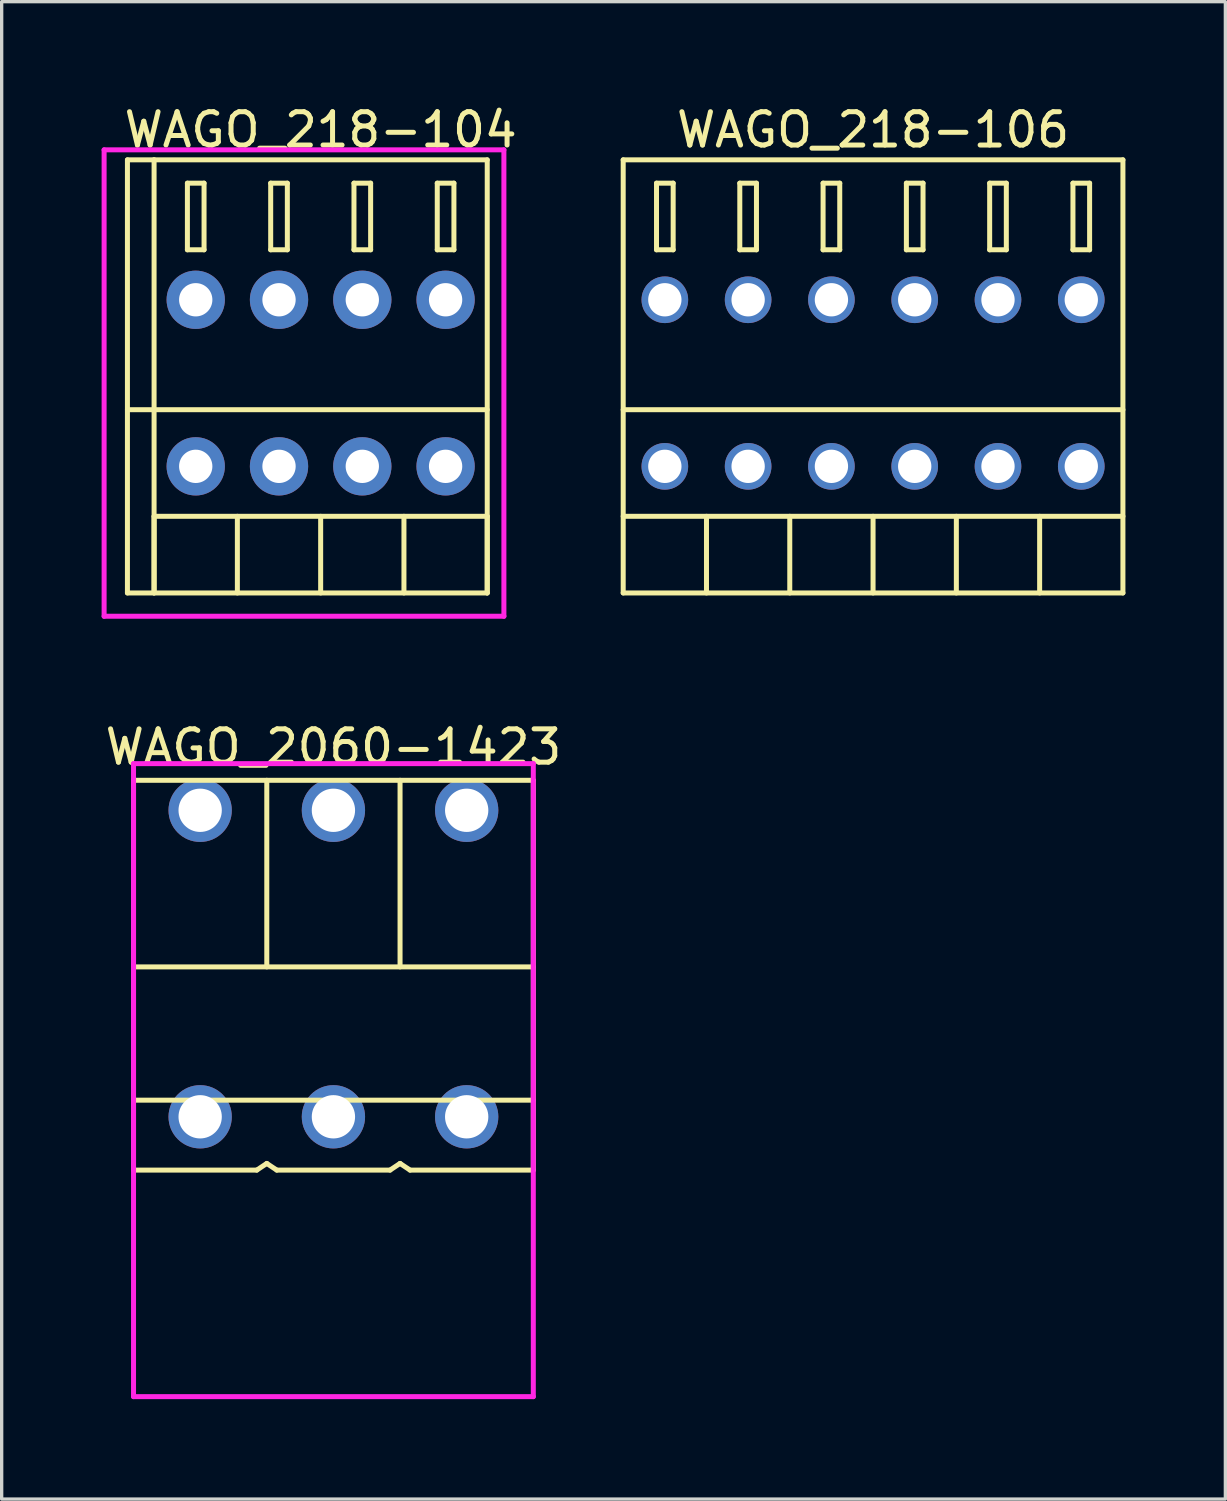
<source format=kicad_pcb>
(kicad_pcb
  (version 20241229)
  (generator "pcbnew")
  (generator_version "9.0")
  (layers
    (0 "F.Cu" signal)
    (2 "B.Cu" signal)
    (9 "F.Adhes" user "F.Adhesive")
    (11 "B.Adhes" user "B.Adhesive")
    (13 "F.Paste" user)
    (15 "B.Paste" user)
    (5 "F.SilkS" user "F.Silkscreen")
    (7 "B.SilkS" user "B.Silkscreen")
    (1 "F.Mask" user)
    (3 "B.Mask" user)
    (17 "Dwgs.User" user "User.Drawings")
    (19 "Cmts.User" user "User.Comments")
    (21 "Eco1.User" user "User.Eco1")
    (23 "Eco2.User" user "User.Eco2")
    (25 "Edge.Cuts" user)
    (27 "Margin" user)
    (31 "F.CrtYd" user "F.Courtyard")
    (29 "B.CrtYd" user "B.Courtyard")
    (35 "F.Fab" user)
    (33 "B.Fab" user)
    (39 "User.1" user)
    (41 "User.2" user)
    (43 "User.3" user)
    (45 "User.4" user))
  (footprint "WAGO_218-104"
    (layer "F.Cu")
    (at 6.575 8.448)
    (property "Reference" "WAGO_218-104" (at 0 -7.6 0) (layer "F.SilkS") (effects (font (size 1 1) (thickness 0.15))))
    (attr through_hole)
    (fp_line (start -5.8 -6.7) (end -5.8 6.3) (stroke (width 0.15) (type solid)) (layer "F.SilkS"))
    (fp_line (start -5.8 0.8) (end 5 0.8) (stroke (width 0.15) (type solid)) (layer "F.SilkS"))
    (fp_line (start -5 -6.7) (end -5.8 -6.7) (stroke (width 0.15) (type solid)) (layer "F.SilkS"))
    (fp_line (start -5 -6.7) (end 5 -6.7) (stroke (width 0.15) (type solid)) (layer "F.SilkS"))
    (fp_line (start -5 4) (end 5 4) (stroke (width 0.15) (type solid)) (layer "F.SilkS"))
    (fp_line (start -5 6.3) (end -5 -6.7) (stroke (width 0.15) (type solid)) (layer "F.SilkS"))
    (fp_line (start -5 6.3) (end -5 4) (stroke (width 0.15) (type solid)) (layer "F.SilkS"))
    (fp_line (start -4 -6) (end -3.5 -6) (stroke (width 0.15) (type solid)) (layer "F.SilkS"))
    (fp_line (start -4 -4) (end -4 -6) (stroke (width 0.15) (type solid)) (layer "F.SilkS"))
    (fp_line (start -3.5 -6) (end -3.5 -4) (stroke (width 0.15) (type solid)) (layer "F.SilkS"))
    (fp_line (start -3.5 -4) (end -4 -4) (stroke (width 0.15) (type solid)) (layer "F.SilkS"))
    (fp_line (start -2.5 4) (end -2.5 6.3) (stroke (width 0.15) (type solid)) (layer "F.SilkS"))
    (fp_line (start -1.5 -6) (end -1 -6) (stroke (width 0.15) (type solid)) (layer "F.SilkS"))
    (fp_line (start -1.5 -4) (end -1.5 -6) (stroke (width 0.15) (type solid)) (layer "F.SilkS"))
    (fp_line (start -1 -6) (end -1 -4) (stroke (width 0.15) (type solid)) (layer "F.SilkS"))
    (fp_line (start -1 -4) (end -1.5 -4) (stroke (width 0.15) (type solid)) (layer "F.SilkS"))
    (fp_line (start 0 4) (end 0 6.3) (stroke (width 0.15) (type solid)) (layer "F.SilkS"))
    (fp_line (start 1 -6) (end 1.5 -6) (stroke (width 0.15) (type solid)) (layer "F.SilkS"))
    (fp_line (start 1 -4) (end 1 -6) (stroke (width 0.15) (type solid)) (layer "F.SilkS"))
    (fp_line (start 1.5 -6) (end 1.5 -4) (stroke (width 0.15) (type solid)) (layer "F.SilkS"))
    (fp_line (start 1.5 -4) (end 1 -4) (stroke (width 0.15) (type solid)) (layer "F.SilkS"))
    (fp_line (start 2.5 4) (end 2.5 6.3) (stroke (width 0.15) (type solid)) (layer "F.SilkS"))
    (fp_line (start 3.5 -6) (end 4 -6) (stroke (width 0.15) (type solid)) (layer "F.SilkS"))
    (fp_line (start 3.5 -4) (end 3.5 -6) (stroke (width 0.15) (type solid)) (layer "F.SilkS"))
    (fp_line (start 4 -6) (end 4 -4) (stroke (width 0.15) (type solid)) (layer "F.SilkS"))
    (fp_line (start 4 -4) (end 3.5 -4) (stroke (width 0.15) (type solid)) (layer "F.SilkS"))
    (fp_line (start 5 -6.7) (end 5 6.3) (stroke (width 0.15) (type solid)) (layer "F.SilkS"))
    (fp_line (start 5 4) (end 5 6.3) (stroke (width 0.15) (type solid)) (layer "F.SilkS"))
    (fp_line (start 5 6.3) (end -5.8 6.3) (stroke (width 0.15) (type solid)) (layer "F.SilkS"))
    (fp_line (start -6.5 -7) (end -6.5 7) (stroke (width 0.15) (type solid)) (layer "F.CrtYd"))
    (fp_line (start -6.5 7) (end 5.5 7) (stroke (width 0.15) (type solid)) (layer "F.CrtYd"))
    (fp_line (start 5.5 -7) (end -6.5 -7) (stroke (width 0.15) (type solid)) (layer "F.CrtYd"))
    (fp_line (start 5.5 7) (end 5.5 -7) (stroke (width 0.15) (type solid)) (layer "F.CrtYd"))
    (pad "1" thru_hole circle (at -3.75 -2.5) (size 1.75 1.75) (drill 1) (layers "*.Cu" "*.Mask"))
    (pad "1" thru_hole circle (at -3.75 2.5) (size 1.75 1.75) (drill 1) (layers "*.Cu" "*.Mask"))
    (pad "2" thru_hole circle (at -1.25 -2.5) (size 1.75 1.75) (drill 1) (layers "*.Cu" "*.Mask"))
    (pad "2" thru_hole circle (at -1.25 2.5) (size 1.75 1.75) (drill 1) (layers "*.Cu" "*.Mask"))
    (pad "3" thru_hole circle (at 1.25 -2.5) (size 1.75 1.75) (drill 1) (layers "*.Cu" "*.Mask"))
    (pad "3" thru_hole circle (at 1.25 2.5) (size 1.75 1.75) (drill 1) (layers "*.Cu" "*.Mask"))
    (pad "4" thru_hole circle (at 3.75 -2.5) (size 1.75 1.75) (drill 1) (layers "*.Cu" "*.Mask"))
    (pad "4" thru_hole circle (at 3.75 2.5) (size 1.75 1.75) (drill 1) (layers "*.Cu" "*.Mask")))
  (footprint "WAGO_2060-1423"
    (layer "F.Cu")
    (at 6.958 25.872)
    (property "Reference" "WAGO_2060-1423" (at 0 -6.5 0) (layer "F.SilkS") (effects (font (size 1 1) (thickness 0.15))))
    (attr through_hole)
    (fp_line (start -6 -5.5) (end -6 6.2) (stroke (width 0.15) (type solid)) (layer "F.SilkS"))
    (fp_line (start -6 4.1) (end 6 4.1) (stroke (width 0.15) (type solid)) (layer "F.SilkS"))
    (fp_line (start -6 6.2) (end -2.3 6.2) (stroke (width 0.15) (type solid)) (layer "F.SilkS"))
    (fp_line (start -2.3 6.2) (end -2 6) (stroke (width 0.15) (type solid)) (layer "F.SilkS"))
    (fp_line (start -2 -5.5) (end -2 0.1) (stroke (width 0.15) (type solid)) (layer "F.SilkS"))
    (fp_line (start -2 6) (end -1.7 6.2) (stroke (width 0.15) (type solid)) (layer "F.SilkS"))
    (fp_line (start -1.7 6.2) (end 1.7 6.2) (stroke (width 0.15) (type solid)) (layer "F.SilkS"))
    (fp_line (start 1.7 6.2) (end 2 6) (stroke (width 0.15) (type solid)) (layer "F.SilkS"))
    (fp_line (start 2 -5.5) (end 2 0.1) (stroke (width 0.15) (type solid)) (layer "F.SilkS"))
    (fp_line (start 2 6) (end 2.3 6.2) (stroke (width 0.15) (type solid)) (layer "F.SilkS"))
    (fp_line (start 2.3 6.2) (end 6 6.2) (stroke (width 0.15) (type solid)) (layer "F.SilkS"))
    (fp_line (start 6 -5.5) (end -6 -5.5) (stroke (width 0.15) (type solid)) (layer "F.SilkS"))
    (fp_line (start 6 0.1) (end -6 0.1) (stroke (width 0.15) (type solid)) (layer "F.SilkS"))
    (fp_line (start 6 6.2) (end 6 -5.5) (stroke (width 0.15) (type solid)) (layer "F.SilkS"))
    (fp_line (start -6 -6) (end 6 -6) (stroke (width 0.15) (type solid)) (layer "F.CrtYd"))
    (fp_line (start -6 13) (end -6 -6) (stroke (width 0.15) (type solid)) (layer "F.CrtYd"))
    (fp_line (start 6 -6) (end 6 13) (stroke (width 0.15) (type solid)) (layer "F.CrtYd"))
    (fp_line (start 6 13) (end -6 13) (stroke (width 0.15) (type solid)) (layer "F.CrtYd"))
    (pad "1" thru_hole circle (at -4 -4.6) (size 1.9 1.9) (drill 1.3) (layers "*.Cu" "*.Mask"))
    (pad "1" thru_hole circle (at -4 4.6) (size 1.9 1.9) (drill 1.3) (layers "*.Cu" "*.Mask"))
    (pad "2" thru_hole circle (at 0 -4.6) (size 1.9 1.9) (drill 1.3) (layers "*.Cu" "*.Mask"))
    (pad "2" thru_hole circle (at 0 4.6) (size 1.9 1.9) (drill 1.3) (layers "*.Cu" "*.Mask"))
    (pad "3" thru_hole circle (at 4 -4.6) (size 1.9 1.9) (drill 1.3) (layers "*.Cu" "*.Mask"))
    (pad "3" thru_hole circle (at 4 4.6) (size 1.9 1.9) (drill 1.3) (layers "*.Cu" "*.Mask")))
  (footprint "WAGO_218-106"
    (layer "F.Cu")
    (at 23.156 8.448)
    (property "Reference" "WAGO_218-106" (at 0 -7.6 0) (layer "F.SilkS") (effects (font (size 1 1) (thickness 0.15))))
    (attr through_hole)
    (fp_line (start -7.5 -6.7) (end 7.5 -6.7) (stroke (width 0.15) (type solid)) (layer "F.SilkS"))
    (fp_line (start -7.5 0.8) (end 7.5 0.8) (stroke (width 0.15) (type solid)) (layer "F.SilkS"))
    (fp_line (start -7.5 4) (end 7.5 4) (stroke (width 0.15) (type solid)) (layer "F.SilkS"))
    (fp_line (start -7.5 6.3) (end -7.5 -6.7) (stroke (width 0.15) (type solid)) (layer "F.SilkS"))
    (fp_line (start -6.5 -6) (end -6 -6) (stroke (width 0.15) (type solid)) (layer "F.SilkS"))
    (fp_line (start -6.5 -4) (end -6.5 -6) (stroke (width 0.15) (type solid)) (layer "F.SilkS"))
    (fp_line (start -6 -6) (end -6 -4) (stroke (width 0.15) (type solid)) (layer "F.SilkS"))
    (fp_line (start -6 -4) (end -6.5 -4) (stroke (width 0.15) (type solid)) (layer "F.SilkS"))
    (fp_line (start -5 6.3) (end -5 4) (stroke (width 0.15) (type solid)) (layer "F.SilkS"))
    (fp_line (start -4 -6) (end -3.5 -6) (stroke (width 0.15) (type solid)) (layer "F.SilkS"))
    (fp_line (start -4 -4) (end -4 -6) (stroke (width 0.15) (type solid)) (layer "F.SilkS"))
    (fp_line (start -3.5 -6) (end -3.5 -4) (stroke (width 0.15) (type solid)) (layer "F.SilkS"))
    (fp_line (start -3.5 -4) (end -4 -4) (stroke (width 0.15) (type solid)) (layer "F.SilkS"))
    (fp_line (start -2.5 4) (end -2.5 6.3) (stroke (width 0.15) (type solid)) (layer "F.SilkS"))
    (fp_line (start -1.5 -6) (end -1 -6) (stroke (width 0.15) (type solid)) (layer "F.SilkS"))
    (fp_line (start -1.5 -4) (end -1.5 -6) (stroke (width 0.15) (type solid)) (layer "F.SilkS"))
    (fp_line (start -1 -6) (end -1 -4) (stroke (width 0.15) (type solid)) (layer "F.SilkS"))
    (fp_line (start -1 -4) (end -1.5 -4) (stroke (width 0.15) (type solid)) (layer "F.SilkS"))
    (fp_line (start 0 4) (end 0 6.3) (stroke (width 0.15) (type solid)) (layer "F.SilkS"))
    (fp_line (start 1 -6) (end 1.5 -6) (stroke (width 0.15) (type solid)) (layer "F.SilkS"))
    (fp_line (start 1 -4) (end 1 -6) (stroke (width 0.15) (type solid)) (layer "F.SilkS"))
    (fp_line (start 1.5 -6) (end 1.5 -4) (stroke (width 0.15) (type solid)) (layer "F.SilkS"))
    (fp_line (start 1.5 -4) (end 1 -4) (stroke (width 0.15) (type solid)) (layer "F.SilkS"))
    (fp_line (start 2.5 4) (end 2.5 6.3) (stroke (width 0.15) (type solid)) (layer "F.SilkS"))
    (fp_line (start 3.5 -6) (end 4 -6) (stroke (width 0.15) (type solid)) (layer "F.SilkS"))
    (fp_line (start 3.5 -4) (end 3.5 -6) (stroke (width 0.15) (type solid)) (layer "F.SilkS"))
    (fp_line (start 4 -6) (end 4 -4) (stroke (width 0.15) (type solid)) (layer "F.SilkS"))
    (fp_line (start 4 -4) (end 3.5 -4) (stroke (width 0.15) (type solid)) (layer "F.SilkS"))
    (fp_line (start 5 4) (end 5 6.3) (stroke (width 0.15) (type solid)) (layer "F.SilkS"))
    (fp_line (start 6 -6) (end 6.5 -6) (stroke (width 0.15) (type solid)) (layer "F.SilkS"))
    (fp_line (start 6 -4) (end 6 -6) (stroke (width 0.15) (type solid)) (layer "F.SilkS"))
    (fp_line (start 6.5 -6) (end 6.5 -4) (stroke (width 0.15) (type solid)) (layer "F.SilkS"))
    (fp_line (start 6.5 -4) (end 6 -4) (stroke (width 0.15) (type solid)) (layer "F.SilkS"))
    (fp_line (start 7.5 -6.7) (end 7.5 6.3) (stroke (width 0.15) (type solid)) (layer "F.SilkS"))
    (fp_line (start 7.5 6.3) (end -7.5 6.3) (stroke (width 0.15) (type solid)) (layer "F.SilkS"))
    (pad "1" thru_hole circle (at -6.25 -2.5) (size 1.4 1.4) (drill 1) (layers "*.Cu" "*.Mask"))
    (pad "1" thru_hole circle (at -6.25 2.5) (size 1.4 1.4) (drill 1) (layers "*.Cu" "*.Mask"))
    (pad "2" thru_hole circle (at -3.75 -2.5) (size 1.4 1.4) (drill 1) (layers "*.Cu" "*.Mask"))
    (pad "2" thru_hole circle (at -3.75 2.5) (size 1.4 1.4) (drill 1) (layers "*.Cu" "*.Mask"))
    (pad "3" thru_hole circle (at -1.25 -2.5) (size 1.4 1.4) (drill 1) (layers "*.Cu" "*.Mask"))
    (pad "3" thru_hole circle (at -1.25 2.5) (size 1.4 1.4) (drill 1) (layers "*.Cu" "*.Mask"))
    (pad "4" thru_hole circle (at 1.25 -2.5) (size 1.4 1.4) (drill 1) (layers "*.Cu" "*.Mask"))
    (pad "4" thru_hole circle (at 1.25 2.5) (size 1.4 1.4) (drill 1) (layers "*.Cu" "*.Mask"))
    (pad "5" thru_hole circle (at 3.75 -2.5) (size 1.4 1.4) (drill 1) (layers "*.Cu" "*.Mask"))
    (pad "5" thru_hole circle (at 3.75 2.5) (size 1.4 1.4) (drill 1) (layers "*.Cu" "*.Mask"))
    (pad "6" thru_hole circle (at 6.25 -2.5) (size 1.4 1.4) (drill 1) (layers "*.Cu" "*.Mask"))
    (pad "6" thru_hole circle (at 6.25 2.5) (size 1.4 1.4) (drill 1) (layers "*.Cu" "*.Mask")))
  (gr_rect
    (start -3 -3)
    (end 33.731 41.947)
    (stroke (width 0.1) (type default))
    (fill no)
    (layer "Edge.Cuts")))
</source>
